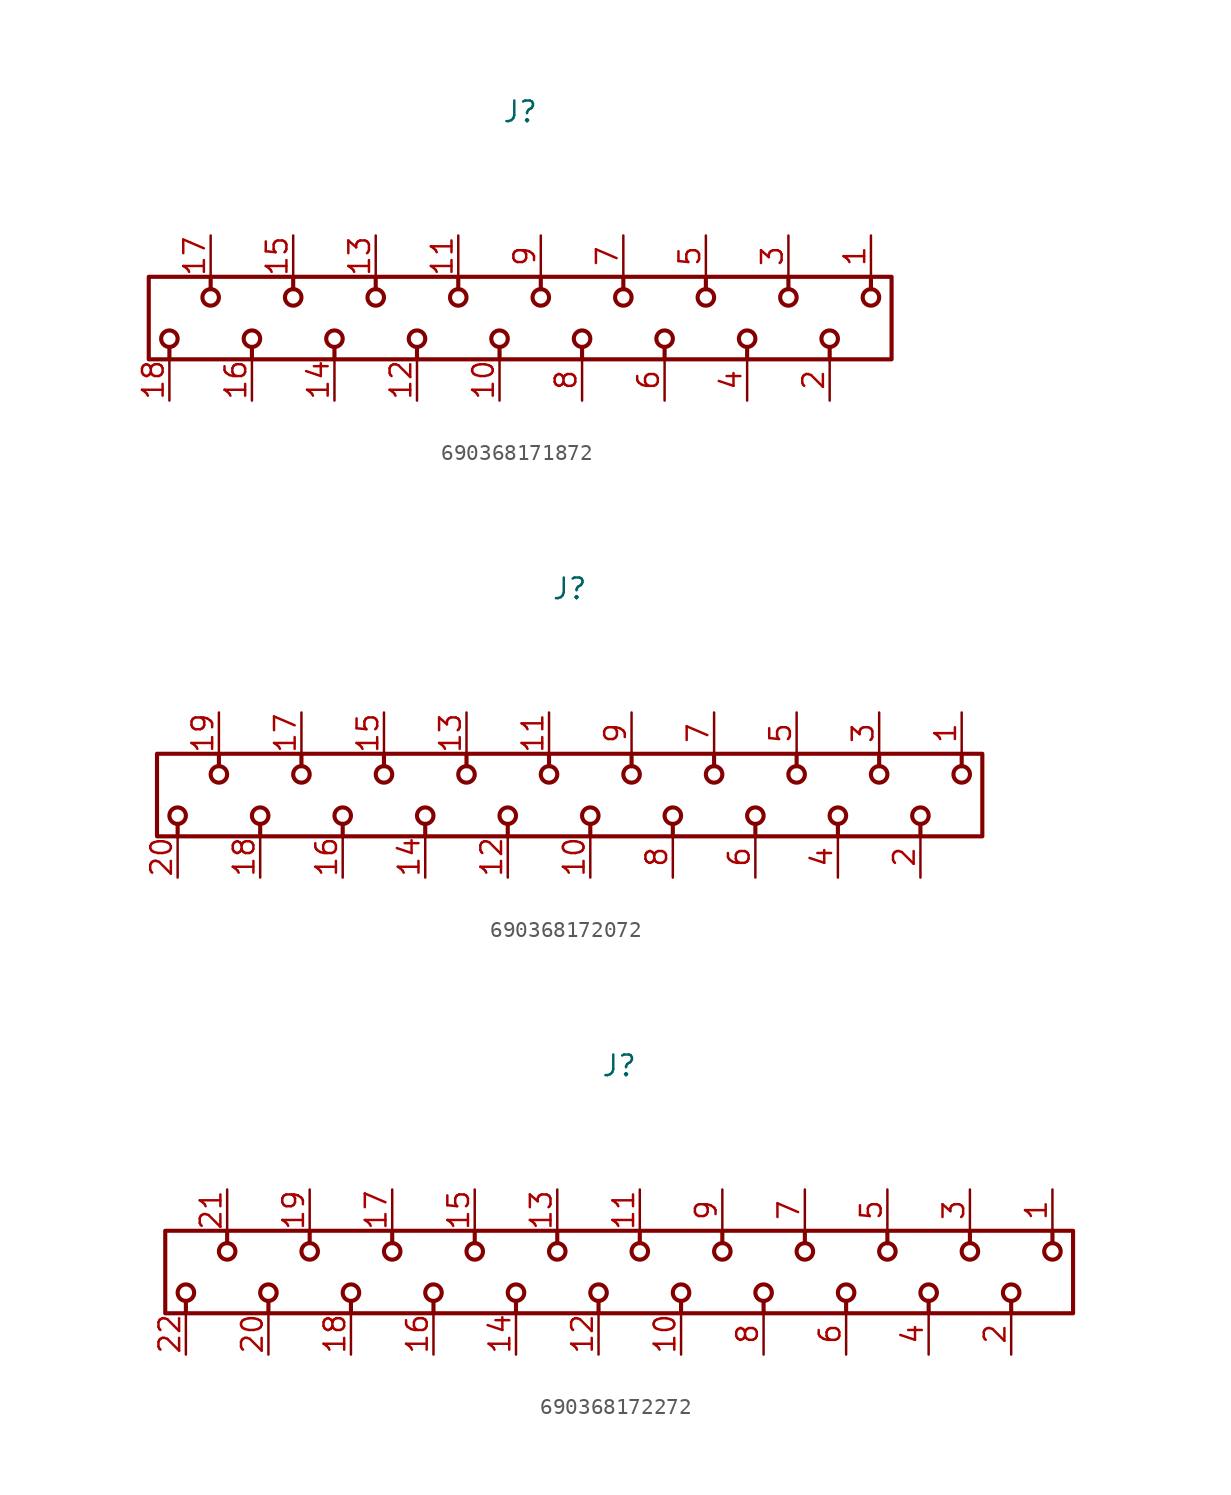
<source format=kicad_sym>
(kicad_symbol_lib
  (version 20241209)
  (generator "kicad_symbol_editor")
  (generator_version "9.0")
  (symbol "690368171872"
    (pin_names
      (hide yes))
    (property "Reference" "J"
      (at 0 12.7 0)
      (effects (font (size 1.27 1.27))))
    (symbol "690368171872_1_1"
      (rectangle (start -22.86 2.54) (end 22.86 -2.54) (stroke (width 0.254) (type solid)) (fill (type none)))
      (circle (center -21.59 -1.27) (radius 0.508) (stroke (width 0.254) (type solid)) (fill (type none)))
      (polyline (pts (xy -21.59 -1.778) (xy -21.59 -2.54)) (stroke (width 0.254) (type solid)) (fill (type none)))
      (polyline (pts (xy -19.05 1.778) (xy -19.05 2.54)) (stroke (width 0.254) (type solid)) (fill (type none)))
      (circle (center -19.05 1.27) (radius 0.508) (stroke (width 0.254) (type solid)) (fill (type none)))
      (circle (center -16.51 -1.27) (radius 0.508) (stroke (width 0.254) (type solid)) (fill (type none)))
      (polyline (pts (xy -16.51 -1.778) (xy -16.51 -2.54)) (stroke (width 0.254) (type solid)) (fill (type none)))
      (polyline (pts (xy -13.97 1.778) (xy -13.97 2.54)) (stroke (width 0.254) (type solid)) (fill (type none)))
      (circle (center -13.97 1.27) (radius 0.508) (stroke (width 0.254) (type solid)) (fill (type none)))
      (circle (center -11.43 -1.27) (radius 0.508) (stroke (width 0.254) (type solid)) (fill (type none)))
      (polyline (pts (xy -11.43 -1.778) (xy -11.43 -2.54)) (stroke (width 0.254) (type solid)) (fill (type none)))
      (polyline (pts (xy -8.89 1.778) (xy -8.89 2.54)) (stroke (width 0.254) (type solid)) (fill (type none)))
      (circle (center -8.89 1.27) (radius 0.508) (stroke (width 0.254) (type solid)) (fill (type none)))
      (circle (center -6.35 -1.27) (radius 0.508) (stroke (width 0.254) (type solid)) (fill (type none)))
      (polyline (pts (xy -6.35 -1.778) (xy -6.35 -2.54)) (stroke (width 0.254) (type solid)) (fill (type none)))
      (polyline (pts (xy -3.81 1.778) (xy -3.81 2.54)) (stroke (width 0.254) (type solid)) (fill (type none)))
      (circle (center -3.81 1.27) (radius 0.508) (stroke (width 0.254) (type solid)) (fill (type none)))
      (circle (center -1.27 -1.27) (radius 0.508) (stroke (width 0.254) (type solid)) (fill (type none)))
      (polyline (pts (xy -1.27 -1.778) (xy -1.27 -2.54)) (stroke (width 0.254) (type solid)) (fill (type none)))
      (polyline (pts (xy 1.27 1.778) (xy 1.27 2.54)) (stroke (width 0.254) (type solid)) (fill (type none)))
      (circle (center 1.27 1.27) (radius 0.508) (stroke (width 0.254) (type solid)) (fill (type none)))
      (circle (center 3.81 -1.27) (radius 0.508) (stroke (width 0.254) (type solid)) (fill (type none)))
      (polyline (pts (xy 3.81 -1.778) (xy 3.81 -2.54)) (stroke (width 0.254) (type solid)) (fill (type none)))
      (polyline (pts (xy 6.35 1.778) (xy 6.35 2.54)) (stroke (width 0.254) (type solid)) (fill (type none)))
      (circle (center 6.35 1.27) (radius 0.508) (stroke (width 0.254) (type solid)) (fill (type none)))
      (circle (center 8.89 -1.27) (radius 0.508) (stroke (width 0.254) (type solid)) (fill (type none)))
      (polyline (pts (xy 8.89 -1.778) (xy 8.89 -2.54)) (stroke (width 0.254) (type solid)) (fill (type none)))
      (polyline (pts (xy 11.43 1.778) (xy 11.43 2.54)) (stroke (width 0.254) (type solid)) (fill (type none)))
      (circle (center 11.43 1.27) (radius 0.508) (stroke (width 0.254) (type solid)) (fill (type none)))
      (circle (center 13.97 -1.27) (radius 0.508) (stroke (width 0.254) (type solid)) (fill (type none)))
      (polyline (pts (xy 13.97 -1.778) (xy 13.97 -2.54)) (stroke (width 0.254) (type solid)) (fill (type none)))
      (polyline (pts (xy 16.51 1.778) (xy 16.51 2.54)) (stroke (width 0.254) (type solid)) (fill (type none)))
      (circle (center 16.51 1.27) (radius 0.508) (stroke (width 0.254) (type solid)) (fill (type none)))
      (circle (center 19.05 -1.27) (radius 0.508) (stroke (width 0.254) (type solid)) (fill (type none)))
      (polyline (pts (xy 19.05 -1.778) (xy 19.05 -2.54)) (stroke (width 0.254) (type solid)) (fill (type none)))
      (polyline (pts (xy 21.59 1.778) (xy 21.59 2.54)) (stroke (width 0.254) (type solid)) (fill (type none)))
      (circle (center 21.59 1.27) (radius 0.508) (stroke (width 0.254) (type solid)) (fill (type none)))
      (pin passive line (at -21.59 -5.08 90) (length 2.54) (name "18" (effects (font (size 1.27 1.27)))) (number "18" (effects (font (size 1.27 1.27)))))
      (pin passive line (at -19.05 5.08 270) (length 2.54) (name "17" (effects (font (size 1.27 1.27)))) (number "17" (effects (font (size 1.27 1.27)))))
      (pin passive line (at -16.51 -5.08 90) (length 2.54) (name "16" (effects (font (size 1.27 1.27)))) (number "16" (effects (font (size 1.27 1.27)))))
      (pin passive line (at -13.97 5.08 270) (length 2.54) (name "15" (effects (font (size 1.27 1.27)))) (number "15" (effects (font (size 1.27 1.27)))))
      (pin passive line (at -11.43 -5.08 90) (length 2.54) (name "14" (effects (font (size 1.27 1.27)))) (number "14" (effects (font (size 1.27 1.27)))))
      (pin passive line (at -8.89 5.08 270) (length 2.54) (name "13" (effects (font (size 1.27 1.27)))) (number "13" (effects (font (size 1.27 1.27)))))
      (pin passive line (at -6.35 -5.08 90) (length 2.54) (name "12" (effects (font (size 1.27 1.27)))) (number "12" (effects (font (size 1.27 1.27)))))
      (pin passive line (at -3.81 5.08 270) (length 2.54) (name "11" (effects (font (size 1.27 1.27)))) (number "11" (effects (font (size 1.27 1.27)))))
      (pin passive line (at -1.27 -5.08 90) (length 2.54) (name "10" (effects (font (size 1.27 1.27)))) (number "10" (effects (font (size 1.27 1.27)))))
      (pin passive line (at 1.27 5.08 270) (length 2.54) (name "9" (effects (font (size 1.27 1.27)))) (number "9" (effects (font (size 1.27 1.27)))))
      (pin passive line (at 3.81 -5.08 90) (length 2.54) (name "8" (effects (font (size 1.27 1.27)))) (number "8" (effects (font (size 1.27 1.27)))))
      (pin passive line (at 6.35 5.08 270) (length 2.54) (name "7" (effects (font (size 1.27 1.27)))) (number "7" (effects (font (size 1.27 1.27)))))
      (pin passive line (at 8.89 -5.08 90) (length 2.54) (name "6" (effects (font (size 1.27 1.27)))) (number "6" (effects (font (size 1.27 1.27)))))
      (pin passive line (at 11.43 5.08 270) (length 2.54) (name "5" (effects (font (size 1.27 1.27)))) (number "5" (effects (font (size 1.27 1.27)))))
      (pin passive line (at 13.97 -5.08 90) (length 2.54) (name "4" (effects (font (size 1.27 1.27)))) (number "4" (effects (font (size 1.27 1.27)))))
      (pin passive line (at 16.51 5.08 270) (length 2.54) (name "3" (effects (font (size 1.27 1.27)))) (number "3" (effects (font (size 1.27 1.27)))))
      (pin passive line (at 19.05 -5.08 90) (length 2.54) (name "2" (effects (font (size 1.27 1.27)))) (number "2" (effects (font (size 1.27 1.27)))))
      (pin passive line (at 21.59 5.08 270) (length 2.54) (name "1" (effects (font (size 1.27 1.27)))) (number "1" (effects (font (size 1.27 1.27)))))))
  (symbol "690368172072"
    (pin_names
      (hide yes))
    (property "Reference" "J"
      (at 0 12.7 0)
      (effects (font (size 1.27 1.27))))
    (symbol "690368172072_1_1"
      (rectangle (start -25.4 2.54) (end 25.4 -2.54) (stroke (width 0.254) (type solid)) (fill (type none)))
      (circle (center -24.13 -1.27) (radius 0.508) (stroke (width 0.254) (type solid)) (fill (type none)))
      (polyline (pts (xy -24.13 -1.778) (xy -24.13 -2.54)) (stroke (width 0.254) (type solid)) (fill (type none)))
      (polyline (pts (xy -21.59 1.778) (xy -21.59 2.54)) (stroke (width 0.254) (type solid)) (fill (type none)))
      (circle (center -21.59 1.27) (radius 0.508) (stroke (width 0.254) (type solid)) (fill (type none)))
      (circle (center -19.05 -1.27) (radius 0.508) (stroke (width 0.254) (type solid)) (fill (type none)))
      (polyline (pts (xy -19.05 -1.778) (xy -19.05 -2.54)) (stroke (width 0.254) (type solid)) (fill (type none)))
      (polyline (pts (xy -16.51 1.778) (xy -16.51 2.54)) (stroke (width 0.254) (type solid)) (fill (type none)))
      (circle (center -16.51 1.27) (radius 0.508) (stroke (width 0.254) (type solid)) (fill (type none)))
      (circle (center -13.97 -1.27) (radius 0.508) (stroke (width 0.254) (type solid)) (fill (type none)))
      (polyline (pts (xy -13.97 -1.778) (xy -13.97 -2.54)) (stroke (width 0.254) (type solid)) (fill (type none)))
      (polyline (pts (xy -11.43 1.778) (xy -11.43 2.54)) (stroke (width 0.254) (type solid)) (fill (type none)))
      (circle (center -11.43 1.27) (radius 0.508) (stroke (width 0.254) (type solid)) (fill (type none)))
      (circle (center -8.89 -1.27) (radius 0.508) (stroke (width 0.254) (type solid)) (fill (type none)))
      (polyline (pts (xy -8.89 -1.778) (xy -8.89 -2.54)) (stroke (width 0.254) (type solid)) (fill (type none)))
      (polyline (pts (xy -6.35 1.778) (xy -6.35 2.54)) (stroke (width 0.254) (type solid)) (fill (type none)))
      (circle (center -6.35 1.27) (radius 0.508) (stroke (width 0.254) (type solid)) (fill (type none)))
      (circle (center -3.81 -1.27) (radius 0.508) (stroke (width 0.254) (type solid)) (fill (type none)))
      (polyline (pts (xy -3.81 -1.778) (xy -3.81 -2.54)) (stroke (width 0.254) (type solid)) (fill (type none)))
      (polyline (pts (xy -1.27 1.778) (xy -1.27 2.54)) (stroke (width 0.254) (type solid)) (fill (type none)))
      (circle (center -1.27 1.27) (radius 0.508) (stroke (width 0.254) (type solid)) (fill (type none)))
      (circle (center 1.27 -1.27) (radius 0.508) (stroke (width 0.254) (type solid)) (fill (type none)))
      (polyline (pts (xy 1.27 -1.778) (xy 1.27 -2.54)) (stroke (width 0.254) (type solid)) (fill (type none)))
      (polyline (pts (xy 3.81 1.778) (xy 3.81 2.54)) (stroke (width 0.254) (type solid)) (fill (type none)))
      (circle (center 3.81 1.27) (radius 0.508) (stroke (width 0.254) (type solid)) (fill (type none)))
      (circle (center 6.35 -1.27) (radius 0.508) (stroke (width 0.254) (type solid)) (fill (type none)))
      (polyline (pts (xy 6.35 -1.778) (xy 6.35 -2.54)) (stroke (width 0.254) (type solid)) (fill (type none)))
      (polyline (pts (xy 8.89 1.778) (xy 8.89 2.54)) (stroke (width 0.254) (type solid)) (fill (type none)))
      (circle (center 8.89 1.27) (radius 0.508) (stroke (width 0.254) (type solid)) (fill (type none)))
      (circle (center 11.43 -1.27) (radius 0.508) (stroke (width 0.254) (type solid)) (fill (type none)))
      (polyline (pts (xy 11.43 -1.778) (xy 11.43 -2.54)) (stroke (width 0.254) (type solid)) (fill (type none)))
      (polyline (pts (xy 13.97 1.778) (xy 13.97 2.54)) (stroke (width 0.254) (type solid)) (fill (type none)))
      (circle (center 13.97 1.27) (radius 0.508) (stroke (width 0.254) (type solid)) (fill (type none)))
      (circle (center 16.51 -1.27) (radius 0.508) (stroke (width 0.254) (type solid)) (fill (type none)))
      (polyline (pts (xy 16.51 -1.778) (xy 16.51 -2.54)) (stroke (width 0.254) (type solid)) (fill (type none)))
      (polyline (pts (xy 19.05 1.778) (xy 19.05 2.54)) (stroke (width 0.254) (type solid)) (fill (type none)))
      (circle (center 19.05 1.27) (radius 0.508) (stroke (width 0.254) (type solid)) (fill (type none)))
      (circle (center 21.59 -1.27) (radius 0.508) (stroke (width 0.254) (type solid)) (fill (type none)))
      (polyline (pts (xy 21.59 -1.778) (xy 21.59 -2.54)) (stroke (width 0.254) (type solid)) (fill (type none)))
      (polyline (pts (xy 24.13 1.778) (xy 24.13 2.54)) (stroke (width 0.254) (type solid)) (fill (type none)))
      (circle (center 24.13 1.27) (radius 0.508) (stroke (width 0.254) (type solid)) (fill (type none)))
      (pin passive line (at -24.13 -5.08 90) (length 2.54) (name "20" (effects (font (size 1.27 1.27)))) (number "20" (effects (font (size 1.27 1.27)))))
      (pin passive line (at -21.59 5.08 270) (length 2.54) (name "19" (effects (font (size 1.27 1.27)))) (number "19" (effects (font (size 1.27 1.27)))))
      (pin passive line (at -19.05 -5.08 90) (length 2.54) (name "18" (effects (font (size 1.27 1.27)))) (number "18" (effects (font (size 1.27 1.27)))))
      (pin passive line (at -16.51 5.08 270) (length 2.54) (name "17" (effects (font (size 1.27 1.27)))) (number "17" (effects (font (size 1.27 1.27)))))
      (pin passive line (at -13.97 -5.08 90) (length 2.54) (name "16" (effects (font (size 1.27 1.27)))) (number "16" (effects (font (size 1.27 1.27)))))
      (pin passive line (at -11.43 5.08 270) (length 2.54) (name "15" (effects (font (size 1.27 1.27)))) (number "15" (effects (font (size 1.27 1.27)))))
      (pin passive line (at -8.89 -5.08 90) (length 2.54) (name "14" (effects (font (size 1.27 1.27)))) (number "14" (effects (font (size 1.27 1.27)))))
      (pin passive line (at -6.35 5.08 270) (length 2.54) (name "13" (effects (font (size 1.27 1.27)))) (number "13" (effects (font (size 1.27 1.27)))))
      (pin passive line (at -3.81 -5.08 90) (length 2.54) (name "12" (effects (font (size 1.27 1.27)))) (number "12" (effects (font (size 1.27 1.27)))))
      (pin passive line (at -1.27 5.08 270) (length 2.54) (name "11" (effects (font (size 1.27 1.27)))) (number "11" (effects (font (size 1.27 1.27)))))
      (pin passive line (at 1.27 -5.08 90) (length 2.54) (name "10" (effects (font (size 1.27 1.27)))) (number "10" (effects (font (size 1.27 1.27)))))
      (pin passive line (at 3.81 5.08 270) (length 2.54) (name "9" (effects (font (size 1.27 1.27)))) (number "9" (effects (font (size 1.27 1.27)))))
      (pin passive line (at 6.35 -5.08 90) (length 2.54) (name "8" (effects (font (size 1.27 1.27)))) (number "8" (effects (font (size 1.27 1.27)))))
      (pin passive line (at 8.89 5.08 270) (length 2.54) (name "7" (effects (font (size 1.27 1.27)))) (number "7" (effects (font (size 1.27 1.27)))))
      (pin passive line (at 11.43 -5.08 90) (length 2.54) (name "6" (effects (font (size 1.27 1.27)))) (number "6" (effects (font (size 1.27 1.27)))))
      (pin passive line (at 13.97 5.08 270) (length 2.54) (name "5" (effects (font (size 1.27 1.27)))) (number "5" (effects (font (size 1.27 1.27)))))
      (pin passive line (at 16.51 -5.08 90) (length 2.54) (name "4" (effects (font (size 1.27 1.27)))) (number "4" (effects (font (size 1.27 1.27)))))
      (pin passive line (at 19.05 5.08 270) (length 2.54) (name "3" (effects (font (size 1.27 1.27)))) (number "3" (effects (font (size 1.27 1.27)))))
      (pin passive line (at 21.59 -5.08 90) (length 2.54) (name "2" (effects (font (size 1.27 1.27)))) (number "2" (effects (font (size 1.27 1.27)))))
      (pin passive line (at 24.13 5.08 270) (length 2.54) (name "1" (effects (font (size 1.27 1.27)))) (number "1" (effects (font (size 1.27 1.27)))))))
  (symbol "690368172272"
    (pin_names
      (hide yes))
    (property "Reference" "J"
      (at 0 12.7 0)
      (effects (font (size 1.27 1.27))))
    (symbol "690368172272_1_1"
      (rectangle (start -27.94 2.54) (end 27.94 -2.54) (stroke (width 0.254) (type solid)) (fill (type none)))
      (circle (center -26.67 -1.27) (radius 0.508) (stroke (width 0.254) (type solid)) (fill (type none)))
      (polyline (pts (xy -26.67 -1.778) (xy -26.67 -2.54)) (stroke (width 0.254) (type solid)) (fill (type none)))
      (polyline (pts (xy -24.13 1.778) (xy -24.13 2.54)) (stroke (width 0.254) (type solid)) (fill (type none)))
      (circle (center -24.13 1.27) (radius 0.508) (stroke (width 0.254) (type solid)) (fill (type none)))
      (circle (center -21.59 -1.27) (radius 0.508) (stroke (width 0.254) (type solid)) (fill (type none)))
      (polyline (pts (xy -21.59 -1.778) (xy -21.59 -2.54)) (stroke (width 0.254) (type solid)) (fill (type none)))
      (polyline (pts (xy -19.05 1.778) (xy -19.05 2.54)) (stroke (width 0.254) (type solid)) (fill (type none)))
      (circle (center -19.05 1.27) (radius 0.508) (stroke (width 0.254) (type solid)) (fill (type none)))
      (circle (center -16.51 -1.27) (radius 0.508) (stroke (width 0.254) (type solid)) (fill (type none)))
      (polyline (pts (xy -16.51 -1.778) (xy -16.51 -2.54)) (stroke (width 0.254) (type solid)) (fill (type none)))
      (polyline (pts (xy -13.97 1.778) (xy -13.97 2.54)) (stroke (width 0.254) (type solid)) (fill (type none)))
      (circle (center -13.97 1.27) (radius 0.508) (stroke (width 0.254) (type solid)) (fill (type none)))
      (circle (center -11.43 -1.27) (radius 0.508) (stroke (width 0.254) (type solid)) (fill (type none)))
      (polyline (pts (xy -11.43 -1.778) (xy -11.43 -2.54)) (stroke (width 0.254) (type solid)) (fill (type none)))
      (polyline (pts (xy -8.89 1.778) (xy -8.89 2.54)) (stroke (width 0.254) (type solid)) (fill (type none)))
      (circle (center -8.89 1.27) (radius 0.508) (stroke (width 0.254) (type solid)) (fill (type none)))
      (circle (center -6.35 -1.27) (radius 0.508) (stroke (width 0.254) (type solid)) (fill (type none)))
      (polyline (pts (xy -6.35 -1.778) (xy -6.35 -2.54)) (stroke (width 0.254) (type solid)) (fill (type none)))
      (polyline (pts (xy -3.81 1.778) (xy -3.81 2.54)) (stroke (width 0.254) (type solid)) (fill (type none)))
      (circle (center -3.81 1.27) (radius 0.508) (stroke (width 0.254) (type solid)) (fill (type none)))
      (circle (center -1.27 -1.27) (radius 0.508) (stroke (width 0.254) (type solid)) (fill (type none)))
      (polyline (pts (xy -1.27 -1.778) (xy -1.27 -2.54)) (stroke (width 0.254) (type solid)) (fill (type none)))
      (polyline (pts (xy 1.27 1.778) (xy 1.27 2.54)) (stroke (width 0.254) (type solid)) (fill (type none)))
      (circle (center 1.27 1.27) (radius 0.508) (stroke (width 0.254) (type solid)) (fill (type none)))
      (circle (center 3.81 -1.27) (radius 0.508) (stroke (width 0.254) (type solid)) (fill (type none)))
      (polyline (pts (xy 3.81 -1.778) (xy 3.81 -2.54)) (stroke (width 0.254) (type solid)) (fill (type none)))
      (polyline (pts (xy 6.35 1.778) (xy 6.35 2.54)) (stroke (width 0.254) (type solid)) (fill (type none)))
      (circle (center 6.35 1.27) (radius 0.508) (stroke (width 0.254) (type solid)) (fill (type none)))
      (circle (center 8.89 -1.27) (radius 0.508) (stroke (width 0.254) (type solid)) (fill (type none)))
      (polyline (pts (xy 8.89 -1.778) (xy 8.89 -2.54)) (stroke (width 0.254) (type solid)) (fill (type none)))
      (polyline (pts (xy 11.43 1.778) (xy 11.43 2.54)) (stroke (width 0.254) (type solid)) (fill (type none)))
      (circle (center 11.43 1.27) (radius 0.508) (stroke (width 0.254) (type solid)) (fill (type none)))
      (circle (center 13.97 -1.27) (radius 0.508) (stroke (width 0.254) (type solid)) (fill (type none)))
      (polyline (pts (xy 13.97 -1.778) (xy 13.97 -2.54)) (stroke (width 0.254) (type solid)) (fill (type none)))
      (polyline (pts (xy 16.51 1.778) (xy 16.51 2.54)) (stroke (width 0.254) (type solid)) (fill (type none)))
      (circle (center 16.51 1.27) (radius 0.508) (stroke (width 0.254) (type solid)) (fill (type none)))
      (circle (center 19.05 -1.27) (radius 0.508) (stroke (width 0.254) (type solid)) (fill (type none)))
      (polyline (pts (xy 19.05 -1.778) (xy 19.05 -2.54)) (stroke (width 0.254) (type solid)) (fill (type none)))
      (polyline (pts (xy 21.59 1.778) (xy 21.59 2.54)) (stroke (width 0.254) (type solid)) (fill (type none)))
      (circle (center 21.59 1.27) (radius 0.508) (stroke (width 0.254) (type solid)) (fill (type none)))
      (circle (center 24.13 -1.27) (radius 0.508) (stroke (width 0.254) (type solid)) (fill (type none)))
      (polyline (pts (xy 24.13 -1.778) (xy 24.13 -2.54)) (stroke (width 0.254) (type solid)) (fill (type none)))
      (polyline (pts (xy 26.67 1.778) (xy 26.67 2.54)) (stroke (width 0.254) (type solid)) (fill (type none)))
      (circle (center 26.67 1.27) (radius 0.508) (stroke (width 0.254) (type solid)) (fill (type none)))
      (pin passive line (at -26.67 -5.08 90) (length 2.54) (name "22" (effects (font (size 1.27 1.27)))) (number "22" (effects (font (size 1.27 1.27)))))
      (pin passive line (at -24.13 5.08 270) (length 2.54) (name "21" (effects (font (size 1.27 1.27)))) (number "21" (effects (font (size 1.27 1.27)))))
      (pin passive line (at -21.59 -5.08 90) (length 2.54) (name "20" (effects (font (size 1.27 1.27)))) (number "20" (effects (font (size 1.27 1.27)))))
      (pin passive line (at -19.05 5.08 270) (length 2.54) (name "19" (effects (font (size 1.27 1.27)))) (number "19" (effects (font (size 1.27 1.27)))))
      (pin passive line (at -16.51 -5.08 90) (length 2.54) (name "18" (effects (font (size 1.27 1.27)))) (number "18" (effects (font (size 1.27 1.27)))))
      (pin passive line (at -13.97 5.08 270) (length 2.54) (name "17" (effects (font (size 1.27 1.27)))) (number "17" (effects (font (size 1.27 1.27)))))
      (pin passive line (at -11.43 -5.08 90) (length 2.54) (name "16" (effects (font (size 1.27 1.27)))) (number "16" (effects (font (size 1.27 1.27)))))
      (pin passive line (at -8.89 5.08 270) (length 2.54) (name "15" (effects (font (size 1.27 1.27)))) (number "15" (effects (font (size 1.27 1.27)))))
      (pin passive line (at -6.35 -5.08 90) (length 2.54) (name "14" (effects (font (size 1.27 1.27)))) (number "14" (effects (font (size 1.27 1.27)))))
      (pin passive line (at -3.81 5.08 270) (length 2.54) (name "13" (effects (font (size 1.27 1.27)))) (number "13" (effects (font (size 1.27 1.27)))))
      (pin passive line (at -1.27 -5.08 90) (length 2.54) (name "12" (effects (font (size 1.27 1.27)))) (number "12" (effects (font (size 1.27 1.27)))))
      (pin passive line (at 1.27 5.08 270) (length 2.54) (name "11" (effects (font (size 1.27 1.27)))) (number "11" (effects (font (size 1.27 1.27)))))
      (pin passive line (at 3.81 -5.08 90) (length 2.54) (name "10" (effects (font (size 1.27 1.27)))) (number "10" (effects (font (size 1.27 1.27)))))
      (pin passive line (at 6.35 5.08 270) (length 2.54) (name "9" (effects (font (size 1.27 1.27)))) (number "9" (effects (font (size 1.27 1.27)))))
      (pin passive line (at 8.89 -5.08 90) (length 2.54) (name "8" (effects (font (size 1.27 1.27)))) (number "8" (effects (font (size 1.27 1.27)))))
      (pin passive line (at 11.43 5.08 270) (length 2.54) (name "7" (effects (font (size 1.27 1.27)))) (number "7" (effects (font (size 1.27 1.27)))))
      (pin passive line (at 13.97 -5.08 90) (length 2.54) (name "6" (effects (font (size 1.27 1.27)))) (number "6" (effects (font (size 1.27 1.27)))))
      (pin passive line (at 16.51 5.08 270) (length 2.54) (name "5" (effects (font (size 1.27 1.27)))) (number "5" (effects (font (size 1.27 1.27)))))
      (pin passive line (at 19.05 -5.08 90) (length 2.54) (name "4" (effects (font (size 1.27 1.27)))) (number "4" (effects (font (size 1.27 1.27)))))
      (pin passive line (at 21.59 5.08 270) (length 2.54) (name "3" (effects (font (size 1.27 1.27)))) (number "3" (effects (font (size 1.27 1.27)))))
      (pin passive line (at 24.13 -5.08 90) (length 2.54) (name "2" (effects (font (size 1.27 1.27)))) (number "2" (effects (font (size 1.27 1.27)))))
      (pin passive line (at 26.67 5.08 270) (length 2.54) (name "1" (effects (font (size 1.27 1.27)))) (number "1" (effects (font (size 1.27 1.27))))))))
</source>
